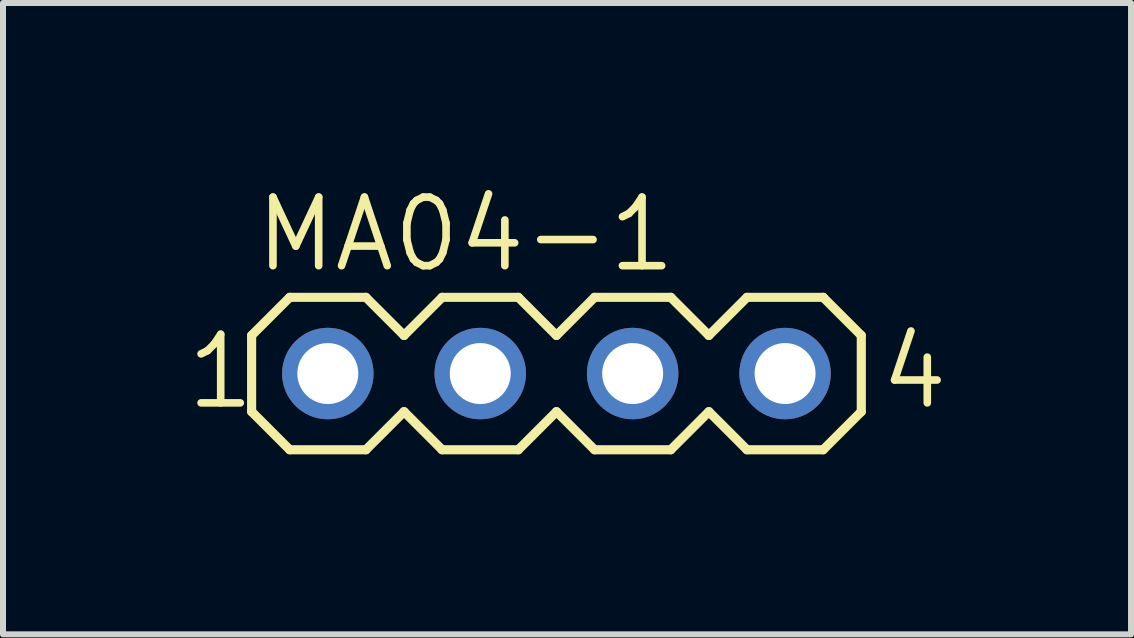
<source format=kicad_pcb>
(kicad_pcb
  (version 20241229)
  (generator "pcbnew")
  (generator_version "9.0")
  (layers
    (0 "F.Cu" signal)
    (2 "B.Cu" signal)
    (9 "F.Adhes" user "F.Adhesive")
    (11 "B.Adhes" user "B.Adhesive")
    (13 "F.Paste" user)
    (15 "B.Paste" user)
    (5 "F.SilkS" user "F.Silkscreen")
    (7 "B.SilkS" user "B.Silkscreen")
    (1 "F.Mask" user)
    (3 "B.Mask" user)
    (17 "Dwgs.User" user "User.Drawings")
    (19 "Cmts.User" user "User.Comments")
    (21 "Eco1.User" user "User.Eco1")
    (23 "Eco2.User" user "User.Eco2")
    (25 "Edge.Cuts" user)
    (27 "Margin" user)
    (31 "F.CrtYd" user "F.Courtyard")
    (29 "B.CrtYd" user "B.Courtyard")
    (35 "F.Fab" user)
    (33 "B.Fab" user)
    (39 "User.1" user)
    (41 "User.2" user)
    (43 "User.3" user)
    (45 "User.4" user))
  (footprint "MA04-1"
    (layer "F.Cu")
    (at 6.223 3.175)
    (property "Reference" "MA04-1" (at -5.08 -1.651 0) (unlocked yes) (layer "F.SilkS") (effects (font (size 1.143 1.143) (thickness 0.127)) (justify left bottom)))
    (fp_line (start -5.08 -0.635) (end -5.08 0.635) (stroke (width 0.152) (type solid)) (layer "F.SilkS"))
    (fp_line (start -5.08 0.635) (end -4.445 1.27) (stroke (width 0.152) (type solid)) (layer "F.SilkS"))
    (fp_line (start -4.445 -1.27) (end -5.08 -0.635) (stroke (width 0.152) (type solid)) (layer "F.SilkS"))
    (fp_line (start -4.445 -1.27) (end -3.175 -1.27) (stroke (width 0.152) (type solid)) (layer "F.SilkS"))
    (fp_line (start -3.175 -1.27) (end -2.54 -0.635) (stroke (width 0.152) (type solid)) (layer "F.SilkS"))
    (fp_line (start -3.175 1.27) (end -4.445 1.27) (stroke (width 0.152) (type solid)) (layer "F.SilkS"))
    (fp_line (start -2.54 -0.635) (end -1.905 -1.27) (stroke (width 0.152) (type solid)) (layer "F.SilkS"))
    (fp_line (start -2.54 0.635) (end -3.175 1.27) (stroke (width 0.152) (type solid)) (layer "F.SilkS"))
    (fp_line (start -1.905 -1.27) (end -0.635 -1.27) (stroke (width 0.152) (type solid)) (layer "F.SilkS"))
    (fp_line (start -1.905 1.27) (end -2.54 0.635) (stroke (width 0.152) (type solid)) (layer "F.SilkS"))
    (fp_line (start -0.635 -1.27) (end 0 -0.635) (stroke (width 0.152) (type solid)) (layer "F.SilkS"))
    (fp_line (start -0.635 1.27) (end -1.905 1.27) (stroke (width 0.152) (type solid)) (layer "F.SilkS"))
    (fp_line (start 0 -0.635) (end 0.635 -1.27) (stroke (width 0.152) (type solid)) (layer "F.SilkS"))
    (fp_line (start 0 0.635) (end -0.635 1.27) (stroke (width 0.152) (type solid)) (layer "F.SilkS"))
    (fp_line (start 0.635 -1.27) (end 1.905 -1.27) (stroke (width 0.152) (type solid)) (layer "F.SilkS"))
    (fp_line (start 0.635 1.27) (end 0 0.635) (stroke (width 0.152) (type solid)) (layer "F.SilkS"))
    (fp_line (start 1.905 -1.27) (end 2.54 -0.635) (stroke (width 0.152) (type solid)) (layer "F.SilkS"))
    (fp_line (start 1.905 1.27) (end 0.635 1.27) (stroke (width 0.152) (type solid)) (layer "F.SilkS"))
    (fp_line (start 2.54 0.635) (end 1.905 1.27) (stroke (width 0.152) (type solid)) (layer "F.SilkS"))
    (fp_line (start 2.54 0.635) (end 3.175 1.27) (stroke (width 0.152) (type solid)) (layer "F.SilkS"))
    (fp_line (start 3.175 -1.27) (end 2.54 -0.635) (stroke (width 0.152) (type solid)) (layer "F.SilkS"))
    (fp_line (start 3.175 -1.27) (end 4.445 -1.27) (stroke (width 0.152) (type solid)) (layer "F.SilkS"))
    (fp_line (start 4.445 -1.27) (end 5.08 -0.635) (stroke (width 0.152) (type solid)) (layer "F.SilkS"))
    (fp_line (start 4.445 1.27) (end 3.175 1.27) (stroke (width 0.152) (type solid)) (layer "F.SilkS"))
    (fp_line (start 5.08 -0.635) (end 5.08 0.635) (stroke (width 0.152) (type solid)) (layer "F.SilkS"))
    (fp_line (start 5.08 0.635) (end 4.445 1.27) (stroke (width 0.152) (type solid)) (layer "F.SilkS"))
    (fp_poly (pts (xy -4.064 0.254) (xy -3.556 0.254) (xy -3.556 -0.254) (xy -4.064 -0.254)) (stroke (width 0.1) (type default)) (fill no) (layer "F.Fab"))
    (fp_poly (pts (xy -1.524 0.254) (xy -1.016 0.254) (xy -1.016 -0.254) (xy -1.524 -0.254)) (stroke (width 0.1) (type default)) (fill no) (layer "F.Fab"))
    (fp_poly (pts (xy 1.016 0.254) (xy 1.524 0.254) (xy 1.524 -0.254) (xy 1.016 -0.254)) (stroke (width 0.1) (type default)) (fill no) (layer "F.Fab"))
    (fp_poly (pts (xy 3.556 0.254) (xy 4.064 0.254) (xy 4.064 -0.254) (xy 3.556 -0.254)) (stroke (width 0.1) (type default)) (fill no) (layer "F.Fab"))
    (fp_text user "4" (at 5.334 0.635 0) (unlocked yes) (layer "F.SilkS") (effects (font (size 1.143 1.143) (thickness 0.127)) (justify left bottom)))
    (fp_text user "1" (at -6.223 0.635 0) (unlocked yes) (layer "F.SilkS") (effects (font (size 1.143 1.143) (thickness 0.127)) (justify left bottom)))
    (pad "1" thru_hole circle (at -3.81 0 90) (size 1.524 1.524) (drill 1.016) (layers "*.Cu" "*.Mask"))
    (pad "2" thru_hole circle (at -1.27 0 90) (size 1.524 1.524) (drill 1.016) (layers "*.Cu" "*.Mask"))
    (pad "3" thru_hole circle (at 1.27 0 90) (size 1.524 1.524) (drill 1.016) (layers "*.Cu" "*.Mask"))
    (pad "4" thru_hole circle (at 3.81 0 90) (size 1.524 1.524) (drill 1.016) (layers "*.Cu" "*.Mask")))
  (gr_rect
    (start -3 -3)
    (end 15.798 7.521)
    (stroke (width 0.1) (type default))
    (fill no)
    (layer "Edge.Cuts")))
</source>
